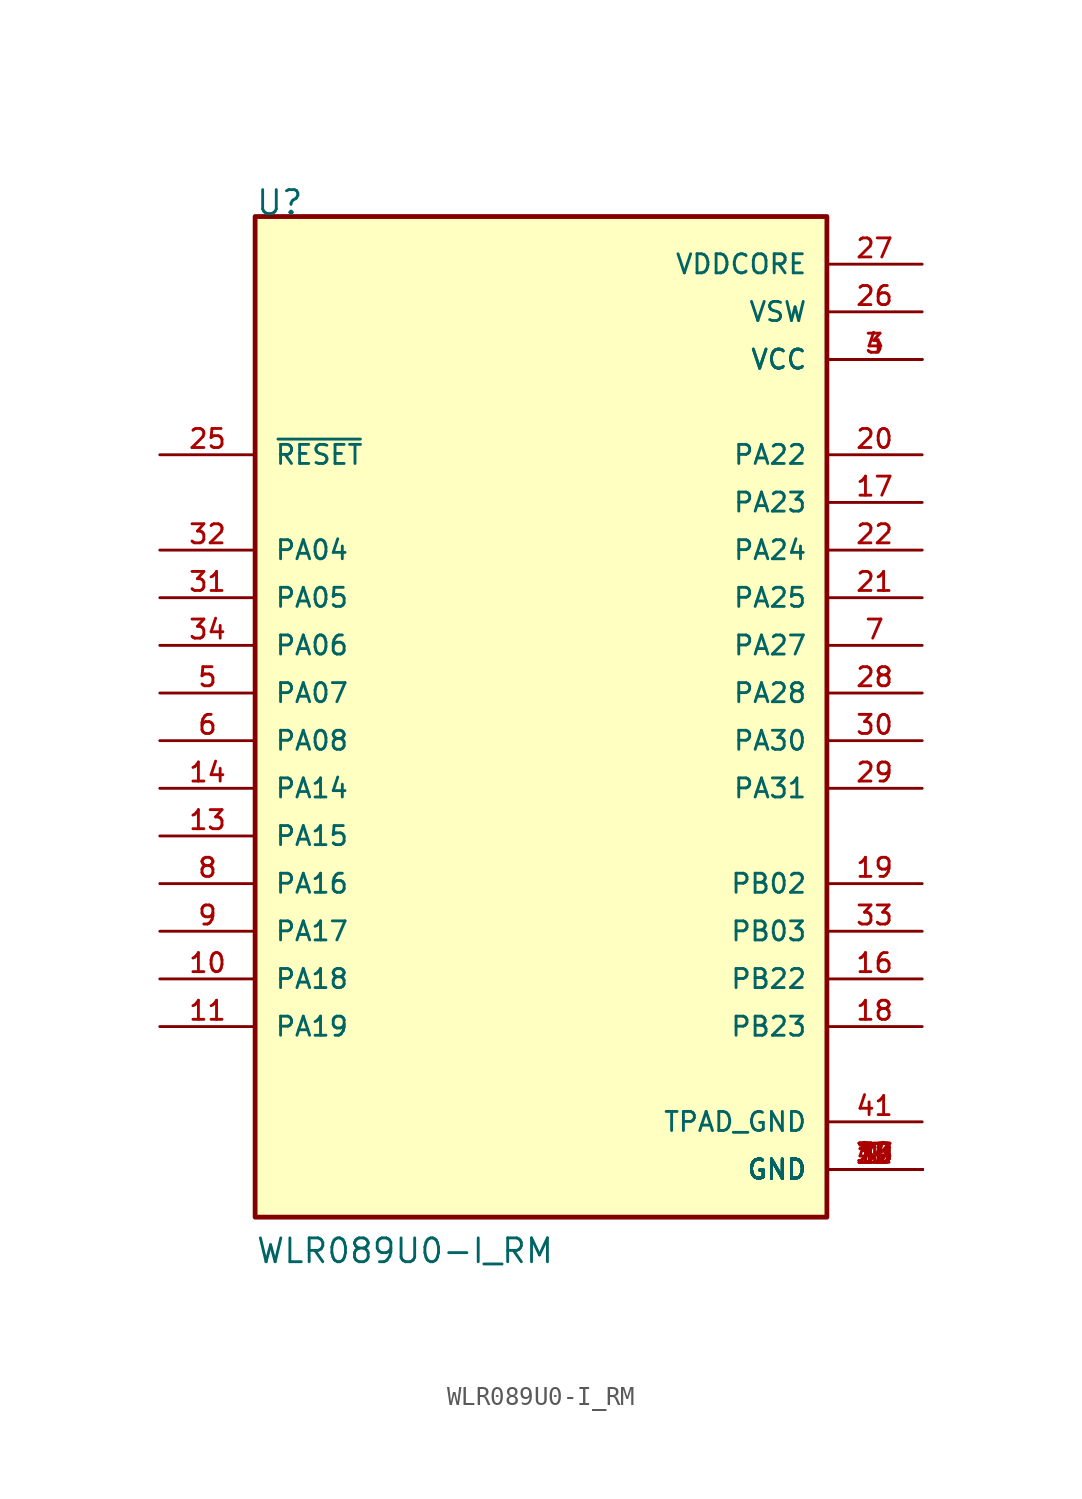
<source format=kicad_sym>
(kicad_symbol_lib
  (version 20211014)
  (generator kicad_symbol_editor)
  (symbol "WLR089U0-I_RM"
    (pin_names
      (offset 1.016))
    (property "Reference" "U"
      (at -15.24 25.4 0)
      (effects (font (size 1.27 1.27)) (justify bottom left)))
    (property "Value" "WLR089U0-I_RM"
      (at -15.24 -30.48 0)
      (effects (font (size 1.27 1.27)) (justify bottom left)))
    (symbol "WLR089U0-I_RM_0_0"
      (rectangle (start -15.24 -27.94) (end 15.24 25.4) (stroke (width 0.254)) (fill (type background)))
      (pin power_in line (at 20.32 17.78 180.0) (length 5.08) (name "VCC" (effects (font (size 1.016 1.016)))) (number "3" (effects (font (size 1.016 1.016)))))
      (pin power_in line (at 20.32 17.78 180.0) (length 5.08) (name "VCC" (effects (font (size 1.016 1.016)))) (number "4" (effects (font (size 1.016 1.016)))))
      (pin power_in line (at 20.32 -25.4 180.0) (length 5.08) (name "GND" (effects (font (size 1.016 1.016)))) (number "1" (effects (font (size 1.016 1.016)))))
      (pin power_in line (at 20.32 -25.4 180.0) (length 5.08) (name "GND" (effects (font (size 1.016 1.016)))) (number "2" (effects (font (size 1.016 1.016)))))
      (pin power_in line (at 20.32 -25.4 180.0) (length 5.08) (name "GND" (effects (font (size 1.016 1.016)))) (number "12" (effects (font (size 1.016 1.016)))))
      (pin power_in line (at 20.32 -25.4 180.0) (length 5.08) (name "GND" (effects (font (size 1.016 1.016)))) (number "15" (effects (font (size 1.016 1.016)))))
      (pin power_in line (at 20.32 -25.4 180.0) (length 5.08) (name "GND" (effects (font (size 1.016 1.016)))) (number "23" (effects (font (size 1.016 1.016)))))
      (pin power_in line (at 20.32 -25.4 180.0) (length 5.08) (name "GND" (effects (font (size 1.016 1.016)))) (number "24" (effects (font (size 1.016 1.016)))))
      (pin power_in line (at 20.32 -25.4 180.0) (length 5.08) (name "GND" (effects (font (size 1.016 1.016)))) (number "35" (effects (font (size 1.016 1.016)))))
      (pin power_in line (at 20.32 -25.4 180.0) (length 5.08) (name "GND" (effects (font (size 1.016 1.016)))) (number "36" (effects (font (size 1.016 1.016)))))
      (pin power_in line (at 20.32 -25.4 180.0) (length 5.08) (name "GND" (effects (font (size 1.016 1.016)))) (number "37" (effects (font (size 1.016 1.016)))))
      (pin power_in line (at 20.32 -25.4 180.0) (length 5.08) (name "GND" (effects (font (size 1.016 1.016)))) (number "38" (effects (font (size 1.016 1.016)))))
      (pin power_in line (at 20.32 -25.4 180.0) (length 5.08) (name "GND" (effects (font (size 1.016 1.016)))) (number "39" (effects (font (size 1.016 1.016)))))
      (pin power_in line (at 20.32 -25.4 180.0) (length 5.08) (name "GND" (effects (font (size 1.016 1.016)))) (number "40" (effects (font (size 1.016 1.016)))))
      (pin bidirectional line (at -20.32 0.0 0) (length 5.08) (name "PA07" (effects (font (size 1.016 1.016)))) (number "5" (effects (font (size 1.016 1.016)))))
      (pin bidirectional line (at -20.32 7.62 0) (length 5.08) (name "PA04" (effects (font (size 1.016 1.016)))) (number "32" (effects (font (size 1.016 1.016)))))
      (pin bidirectional line (at -20.32 5.08 0) (length 5.08) (name "PA05" (effects (font (size 1.016 1.016)))) (number "31" (effects (font (size 1.016 1.016)))))
      (pin bidirectional line (at -20.32 2.54 0) (length 5.08) (name "PA06" (effects (font (size 1.016 1.016)))) (number "34" (effects (font (size 1.016 1.016)))))
      (pin bidirectional line (at -20.32 -2.54 0) (length 5.08) (name "PA08" (effects (font (size 1.016 1.016)))) (number "6" (effects (font (size 1.016 1.016)))))
      (pin bidirectional line (at -20.32 -5.08 0) (length 5.08) (name "PA14" (effects (font (size 1.016 1.016)))) (number "14" (effects (font (size 1.016 1.016)))))
      (pin bidirectional line (at -20.32 -7.62 0) (length 5.08) (name "PA15" (effects (font (size 1.016 1.016)))) (number "13" (effects (font (size 1.016 1.016)))))
      (pin bidirectional line (at -20.32 -10.16 0) (length 5.08) (name "PA16" (effects (font (size 1.016 1.016)))) (number "8" (effects (font (size 1.016 1.016)))))
      (pin bidirectional line (at -20.32 -12.7 0) (length 5.08) (name "PA17" (effects (font (size 1.016 1.016)))) (number "9" (effects (font (size 1.016 1.016)))))
      (pin bidirectional line (at -20.32 -15.24 0) (length 5.08) (name "PA18" (effects (font (size 1.016 1.016)))) (number "10" (effects (font (size 1.016 1.016)))))
      (pin bidirectional line (at -20.32 -17.78 0) (length 5.08) (name "PA19" (effects (font (size 1.016 1.016)))) (number "11" (effects (font (size 1.016 1.016)))))
      (pin bidirectional line (at 20.32 12.7 180.0) (length 5.08) (name "PA22" (effects (font (size 1.016 1.016)))) (number "20" (effects (font (size 1.016 1.016)))))
      (pin bidirectional line (at 20.32 10.16 180.0) (length 5.08) (name "PA23" (effects (font (size 1.016 1.016)))) (number "17" (effects (font (size 1.016 1.016)))))
      (pin bidirectional line (at 20.32 7.62 180.0) (length 5.08) (name "PA24" (effects (font (size 1.016 1.016)))) (number "22" (effects (font (size 1.016 1.016)))))
      (pin bidirectional line (at 20.32 5.08 180.0) (length 5.08) (name "PA25" (effects (font (size 1.016 1.016)))) (number "21" (effects (font (size 1.016 1.016)))))
      (pin bidirectional line (at 20.32 2.54 180.0) (length 5.08) (name "PA27" (effects (font (size 1.016 1.016)))) (number "7" (effects (font (size 1.016 1.016)))))
      (pin bidirectional line (at 20.32 0.0 180.0) (length 5.08) (name "PA28" (effects (font (size 1.016 1.016)))) (number "28" (effects (font (size 1.016 1.016)))))
      (pin bidirectional line (at 20.32 -2.54 180.0) (length 5.08) (name "PA30" (effects (font (size 1.016 1.016)))) (number "30" (effects (font (size 1.016 1.016)))))
      (pin bidirectional line (at 20.32 -5.08 180.0) (length 5.08) (name "PA31" (effects (font (size 1.016 1.016)))) (number "29" (effects (font (size 1.016 1.016)))))
      (pin input line (at -20.32 12.7 0) (length 5.08) (name "~{RESET}" (effects (font (size 1.016 1.016)))) (number "25" (effects (font (size 1.016 1.016)))))
      (pin bidirectional line (at 20.32 -10.16 180.0) (length 5.08) (name "PB02" (effects (font (size 1.016 1.016)))) (number "19" (effects (font (size 1.016 1.016)))))
      (pin bidirectional line (at 20.32 -12.7 180.0) (length 5.08) (name "PB03" (effects (font (size 1.016 1.016)))) (number "33" (effects (font (size 1.016 1.016)))))
      (pin bidirectional line (at 20.32 -15.24 180.0) (length 5.08) (name "PB22" (effects (font (size 1.016 1.016)))) (number "16" (effects (font (size 1.016 1.016)))))
      (pin bidirectional line (at 20.32 -17.78 180.0) (length 5.08) (name "PB23" (effects (font (size 1.016 1.016)))) (number "18" (effects (font (size 1.016 1.016)))))
      (pin power_in line (at 20.32 20.32 180.0) (length 5.08) (name "VSW" (effects (font (size 1.016 1.016)))) (number "26" (effects (font (size 1.016 1.016)))))
      (pin power_in line (at 20.32 22.86 180.0) (length 5.08) (name "VDDCORE" (effects (font (size 1.016 1.016)))) (number "27" (effects (font (size 1.016 1.016)))))
      (pin power_in line (at 20.32 -22.86 180.0) (length 5.08) (name "TPAD_GND" (effects (font (size 1.016 1.016)))) (number "41" (effects (font (size 1.016 1.016))))))))
</source>
